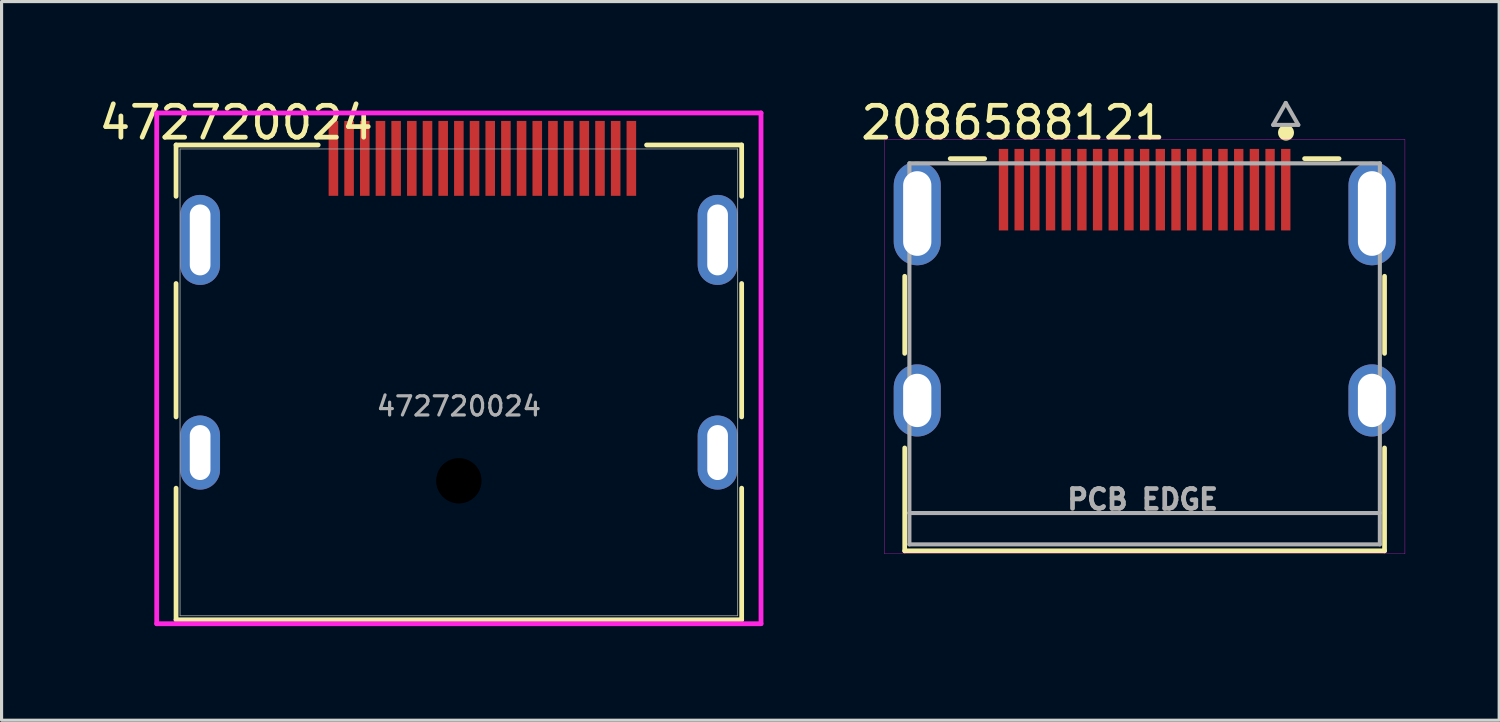
<source format=kicad_pcb>
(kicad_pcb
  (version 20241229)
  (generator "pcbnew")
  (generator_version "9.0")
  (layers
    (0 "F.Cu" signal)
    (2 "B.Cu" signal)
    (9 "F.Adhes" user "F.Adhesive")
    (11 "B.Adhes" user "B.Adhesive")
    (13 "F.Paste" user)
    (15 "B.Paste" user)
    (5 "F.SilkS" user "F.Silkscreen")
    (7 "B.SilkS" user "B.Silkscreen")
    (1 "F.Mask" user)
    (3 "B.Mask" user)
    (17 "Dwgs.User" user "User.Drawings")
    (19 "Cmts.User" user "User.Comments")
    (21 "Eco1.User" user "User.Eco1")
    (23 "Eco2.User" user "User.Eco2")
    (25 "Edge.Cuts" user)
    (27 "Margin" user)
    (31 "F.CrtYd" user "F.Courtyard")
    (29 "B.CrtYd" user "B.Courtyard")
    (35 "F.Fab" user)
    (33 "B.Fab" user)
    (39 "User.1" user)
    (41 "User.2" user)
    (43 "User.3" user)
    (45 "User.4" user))
  (footprint "2086588121"
    (layer "F.Cu")
    (at 33.447 13.308)
    (property "Reference" "2086588121" (at -4.191 -12.446 0) (layer "F.SilkS") (effects (font (size 1.016 1.016) (thickness 0.152))))
    (attr smd)
    (fp_poly (pts (xy -4.713 -11.674) (xy -4.287 -11.674) (xy -4.287 -8.947) (xy -4.713 -8.947)) (stroke (width 0.01) (type solid)) (fill yes) (layer "F.Mask"))
    (fp_poly (pts (xy -4.213 -11.674) (xy -3.788 -11.674) (xy -3.788 -8.947) (xy -4.213 -8.947)) (stroke (width 0.01) (type solid)) (fill yes) (layer "F.Mask"))
    (fp_poly (pts (xy -3.712 -11.674) (xy -3.288 -11.674) (xy -3.288 -8.947) (xy -3.712 -8.947)) (stroke (width 0.01) (type solid)) (fill yes) (layer "F.Mask"))
    (fp_poly (pts (xy -3.212 -11.674) (xy -2.788 -11.674) (xy -2.788 -8.947) (xy -3.212 -8.947)) (stroke (width 0.01) (type solid)) (fill yes) (layer "F.Mask"))
    (fp_poly (pts (xy -2.712 -11.674) (xy -2.288 -11.674) (xy -2.288 -8.947) (xy -2.712 -8.947)) (stroke (width 0.01) (type solid)) (fill yes) (layer "F.Mask"))
    (fp_poly (pts (xy -2.212 -11.674) (xy -1.788 -11.674) (xy -1.788 -8.947) (xy -2.212 -8.947)) (stroke (width 0.01) (type solid)) (fill yes) (layer "F.Mask"))
    (fp_poly (pts (xy -1.712 -11.674) (xy -1.288 -11.674) (xy -1.288 -8.947) (xy -1.712 -8.947)) (stroke (width 0.01) (type solid)) (fill yes) (layer "F.Mask"))
    (fp_poly (pts (xy -1.212 -11.674) (xy -0.787 -11.674) (xy -0.787 -8.947) (xy -1.212 -8.947)) (stroke (width 0.01) (type solid)) (fill yes) (layer "F.Mask"))
    (fp_poly (pts (xy -0.713 -11.674) (xy -0.287 -11.674) (xy -0.287 -8.947) (xy -0.713 -8.947)) (stroke (width 0.01) (type solid)) (fill yes) (layer "F.Mask"))
    (fp_poly (pts (xy -0.212 -11.674) (xy 0.212 -11.674) (xy 0.212 -8.947) (xy -0.212 -8.947)) (stroke (width 0.01) (type solid)) (fill yes) (layer "F.Mask"))
    (fp_poly (pts (xy 0.287 -11.674) (xy 0.713 -11.674) (xy 0.713 -8.947) (xy 0.287 -8.947)) (stroke (width 0.01) (type solid)) (fill yes) (layer "F.Mask"))
    (fp_poly (pts (xy 0.787 -11.674) (xy 1.212 -11.674) (xy 1.212 -8.947) (xy 0.787 -8.947)) (stroke (width 0.01) (type solid)) (fill yes) (layer "F.Mask"))
    (fp_poly (pts (xy 1.288 -11.674) (xy 1.712 -11.674) (xy 1.712 -8.947) (xy 1.288 -8.947)) (stroke (width 0.01) (type solid)) (fill yes) (layer "F.Mask"))
    (fp_poly (pts (xy 1.788 -11.674) (xy 2.212 -11.674) (xy 2.212 -8.947) (xy 1.788 -8.947)) (stroke (width 0.01) (type solid)) (fill yes) (layer "F.Mask"))
    (fp_poly (pts (xy 2.288 -11.674) (xy 2.712 -11.674) (xy 2.712 -8.947) (xy 2.288 -8.947)) (stroke (width 0.01) (type solid)) (fill yes) (layer "F.Mask"))
    (fp_poly (pts (xy 2.788 -11.674) (xy 3.212 -11.674) (xy 3.212 -8.947) (xy 2.788 -8.947)) (stroke (width 0.01) (type solid)) (fill yes) (layer "F.Mask"))
    (fp_poly (pts (xy 3.288 -11.674) (xy 3.712 -11.674) (xy 3.712 -8.947) (xy 3.288 -8.947)) (stroke (width 0.01) (type solid)) (fill yes) (layer "F.Mask"))
    (fp_poly (pts (xy 3.788 -11.674) (xy 4.213 -11.674) (xy 4.213 -8.947) (xy 3.788 -8.947)) (stroke (width 0.01) (type solid)) (fill yes) (layer "F.Mask"))
    (fp_poly (pts (xy 4.287 -11.674) (xy 4.713 -11.674) (xy 4.713 -8.947) (xy 4.287 -8.947)) (stroke (width 0.01) (type solid)) (fill yes) (layer "F.Mask"))
    (fp_line (start -7.65 -5.09) (end -7.65 -7.55) (stroke (width 0.15) (type solid)) (layer "F.SilkS"))
    (fp_line (start -7.65 -2.075) (end -7.65 1.206) (stroke (width 0.15) (type solid)) (layer "F.SilkS"))
    (fp_line (start -6.2 -11.3) (end -5.1 -11.3) (stroke (width 0.15) (type solid)) (layer "F.SilkS"))
    (fp_line (start 5.1 -11.3) (end 6.2 -11.3) (stroke (width 0.15) (type solid)) (layer "F.SilkS"))
    (fp_line (start 7.65 -7.55) (end 7.65 -5.09) (stroke (width 0.15) (type solid)) (layer "F.SilkS"))
    (fp_line (start 7.65 1.206) (end -7.65 1.206) (stroke (width 0.15) (type solid)) (layer "F.SilkS"))
    (fp_line (start 7.65 1.206) (end 7.65 -2.075) (stroke (width 0.15) (type solid)) (layer "F.SilkS"))
    (fp_circle (center 4.508 -12.129) (end 4.737 -12.129) (stroke (width 0.051) (type solid)) (fill yes) (layer "F.SilkS"))
    (fp_line (start -8.3 -11.91) (end -8.3 1.3) (stroke (width 0.01) (type solid)) (layer "F.CrtYd"))
    (fp_line (start -8.3 1.3) (end 8.3 1.3) (stroke (width 0.01) (type solid)) (layer "F.CrtYd"))
    (fp_line (start 8.3 -11.91) (end -8.3 -11.91) (stroke (width 0.01) (type solid)) (layer "F.CrtYd"))
    (fp_line (start 8.3 1.3) (end 8.3 -11.91) (stroke (width 0.01) (type solid)) (layer "F.CrtYd"))
    (fp_line (start -7.5 -11.15) (end -7.5 0) (stroke (width 0.13) (type solid)) (layer "F.Fab"))
    (fp_line (start -7.5 0) (end -7.5 1) (stroke (width 0.13) (type solid)) (layer "F.Fab"))
    (fp_line (start -7.5 0) (end 7.5 0) (stroke (width 0.13) (type solid)) (layer "F.Fab"))
    (fp_line (start -7.5 1) (end 7.5 1) (stroke (width 0.13) (type solid)) (layer "F.Fab"))
    (fp_line (start 4.1 -12.375) (end 4.9 -12.375) (stroke (width 0.13) (type solid)) (layer "F.Fab"))
    (fp_line (start 4.5 -13.075) (end 4.1 -12.375) (stroke (width 0.13) (type solid)) (layer "F.Fab"))
    (fp_line (start 4.9 -12.375) (end 4.5 -13.075) (stroke (width 0.13) (type solid)) (layer "F.Fab"))
    (fp_line (start 7.5 -11.15) (end -7.5 -11.15) (stroke (width 0.13) (type solid)) (layer "F.Fab"))
    (fp_line (start 7.5 1) (end 7.5 -11.15) (stroke (width 0.13) (type solid)) (layer "F.Fab"))
    (fp_text user "PCB EDGE" (at -0.064 -0.434 0) (layer "F.Fab") (effects (font (size 0.63 0.63) (thickness 0.15))))
    (pad "1" smd rect (at 4.5 -10.31) (size 0.298 2.6) (layers "F.Cu" "F.Paste"))
    (pad "2" smd rect (at 4 -10.31) (size 0.298 2.6) (layers "F.Cu" "F.Paste"))
    (pad "3" smd rect (at 3.5 -10.31) (size 0.298 2.6) (layers "F.Cu" "F.Paste"))
    (pad "4" smd rect (at 3 -10.31) (size 0.298 2.6) (layers "F.Cu" "F.Paste"))
    (pad "5" smd rect (at 2.5 -10.31) (size 0.298 2.6) (layers "F.Cu" "F.Paste"))
    (pad "6" smd rect (at 2 -10.31) (size 0.298 2.6) (layers "F.Cu" "F.Paste"))
    (pad "7" smd rect (at 1.5 -10.31) (size 0.298 2.6) (layers "F.Cu" "F.Paste"))
    (pad "8" smd rect (at 1 -10.31) (size 0.298 2.6) (layers "F.Cu" "F.Paste"))
    (pad "9" smd rect (at 0.5 -10.31) (size 0.298 2.6) (layers "F.Cu" "F.Paste"))
    (pad "10" smd rect (at 0 -10.31) (size 0.298 2.6) (layers "F.Cu" "F.Paste"))
    (pad "11" smd rect (at -0.5 -10.31) (size 0.298 2.6) (layers "F.Cu" "F.Paste"))
    (pad "12" smd rect (at -1 -10.31) (size 0.298 2.6) (layers "F.Cu" "F.Paste"))
    (pad "13" smd rect (at -1.5 -10.31) (size 0.298 2.6) (layers "F.Cu" "F.Paste"))
    (pad "14" smd rect (at -2 -10.31) (size 0.298 2.6) (layers "F.Cu" "F.Paste"))
    (pad "15" smd rect (at -2.5 -10.31) (size 0.298 2.6) (layers "F.Cu" "F.Paste"))
    (pad "16" smd rect (at -3 -10.31) (size 0.298 2.6) (layers "F.Cu" "F.Paste"))
    (pad "17" smd rect (at -3.5 -10.31) (size 0.298 2.6) (layers "F.Cu" "F.Paste"))
    (pad "18" smd rect (at -4 -10.31) (size 0.298 2.6) (layers "F.Cu" "F.Paste"))
    (pad "19" smd rect (at -4.5 -10.31) (size 0.298 2.6) (layers "F.Cu" "F.Paste"))
    (pad "SH" thru_hole oval (at -7.25 -9.55) (size 1.5 3.3) (drill oval 0.9 2.7) (layers "*.Cu" "*.Mask"))
    (pad "SH" thru_hole oval (at -7.25 -3.59) (size 1.5 2.3) (drill oval 0.9 1.7) (layers "*.Cu" "*.Mask"))
    (pad "SH" thru_hole oval (at 7.25 -9.55) (size 1.5 3.3) (drill oval 0.9 2.7) (layers "*.Cu" "*.Mask"))
    (pad "SH" thru_hole oval (at 7.25 -3.59) (size 1.5 2.3) (drill oval 0.9 1.7) (layers "*.Cu" "*.Mask")))
  (footprint "472720024"
    (layer "F.Cu")
    (at 11.581 9.142)
    (property "Reference" "472720024" (at -7.099 -8.28 0) (unlocked yes) (layer "F.SilkS") (effects (font (size 1.016 1.016) (thickness 0.152))))
    (attr smd)
    (fp_line (start -9.017 -7.569) (end -9.017 -5.932) (stroke (width 0.152) (type solid)) (layer "F.SilkS"))
    (fp_line (start -9.017 -3.152) (end -9.017 1.102) (stroke (width 0.152) (type solid)) (layer "F.SilkS"))
    (fp_line (start -9.017 3.374) (end -9.017 7.569) (stroke (width 0.152) (type solid)) (layer "F.SilkS"))
    (fp_line (start -9.017 7.569) (end 9.017 7.569) (stroke (width 0.152) (type solid)) (layer "F.SilkS"))
    (fp_line (start -4.485 -7.569) (end -9.017 -7.569) (stroke (width 0.152) (type solid)) (layer "F.SilkS"))
    (fp_line (start 9.017 -7.569) (end 5.985 -7.569) (stroke (width 0.152) (type solid)) (layer "F.SilkS"))
    (fp_line (start 9.017 -5.932) (end 9.017 -7.569) (stroke (width 0.152) (type solid)) (layer "F.SilkS"))
    (fp_line (start 9.017 1.102) (end 9.017 -3.152) (stroke (width 0.152) (type solid)) (layer "F.SilkS"))
    (fp_line (start 9.017 7.569) (end 9.017 3.374) (stroke (width 0.152) (type solid)) (layer "F.SilkS"))
    (fp_line (start -9.634 -8.59) (end -9.634 7.696) (stroke (width 0.152) (type solid)) (layer "F.CrtYd"))
    (fp_line (start -9.634 7.696) (end 9.634 7.696) (stroke (width 0.152) (type solid)) (layer "F.CrtYd"))
    (fp_line (start 9.634 -8.59) (end -9.634 -8.59) (stroke (width 0.152) (type solid)) (layer "F.CrtYd"))
    (fp_line (start 9.634 7.696) (end 9.634 -8.59) (stroke (width 0.152) (type solid)) (layer "F.CrtYd"))
    (fp_line (start -8.89 -7.442) (end -8.89 7.442) (stroke (width 0.025) (type solid)) (layer "F.Fab"))
    (fp_line (start -8.89 7.442) (end 8.89 7.442) (stroke (width 0.025) (type solid)) (layer "F.Fab"))
    (fp_line (start 8.89 -7.442) (end -8.89 -7.442) (stroke (width 0.025) (type solid)) (layer "F.Fab"))
    (fp_line (start 8.89 7.442) (end 8.89 -7.442) (stroke (width 0.025) (type solid)) (layer "F.Fab"))
    (fp_text user "${REFERENCE}" (at 0 0.762 0) (unlocked yes) (layer "F.Fab") (effects (font (size 0.61 0.61) (thickness 0.102) (bold yes))))
    (pad "" np_thru_hole circle (at 0 3.138) (size 1.448 1.448) (drill 1.448) (layers))
    (pad "1" smd rect (at 5.5 -7.142) (size 0.305 2.388) (layers "F.Cu" "F.Mask" "F.Paste"))
    (pad "2" smd rect (at 5 -7.142) (size 0.305 2.388) (layers "F.Cu" "F.Mask" "F.Paste"))
    (pad "3" smd rect (at 4.5 -7.142) (size 0.305 2.388) (layers "F.Cu" "F.Mask" "F.Paste"))
    (pad "4" smd rect (at 4 -7.142) (size 0.305 2.388) (layers "F.Cu" "F.Mask" "F.Paste"))
    (pad "5" smd rect (at 3.5 -7.142) (size 0.305 2.388) (layers "F.Cu" "F.Mask" "F.Paste"))
    (pad "6" smd rect (at 3 -7.142) (size 0.305 2.388) (layers "F.Cu" "F.Mask" "F.Paste"))
    (pad "7" smd rect (at 2.5 -7.142) (size 0.305 2.388) (layers "F.Cu" "F.Mask" "F.Paste"))
    (pad "8" smd rect (at 2 -7.142) (size 0.305 2.388) (layers "F.Cu" "F.Mask" "F.Paste"))
    (pad "9" smd rect (at 1.5 -7.142) (size 0.305 2.388) (layers "F.Cu" "F.Mask" "F.Paste"))
    (pad "10" smd rect (at 1 -7.142) (size 0.305 2.388) (layers "F.Cu" "F.Mask" "F.Paste"))
    (pad "11" smd rect (at 0.5 -7.142) (size 0.305 2.388) (layers "F.Cu" "F.Mask" "F.Paste"))
    (pad "12" smd rect (at 0 -7.142) (size 0.305 2.388) (layers "F.Cu" "F.Mask" "F.Paste"))
    (pad "13" smd rect (at -0.5 -7.142) (size 0.305 2.388) (layers "F.Cu" "F.Mask" "F.Paste"))
    (pad "14" smd rect (at -1 -7.142) (size 0.305 2.388) (layers "F.Cu" "F.Mask" "F.Paste"))
    (pad "15" smd rect (at -1.5 -7.142) (size 0.305 2.388) (layers "F.Cu" "F.Mask" "F.Paste"))
    (pad "16" smd rect (at -2 -7.142) (size 0.305 2.388) (layers "F.Cu" "F.Mask" "F.Paste"))
    (pad "17" smd rect (at -2.5 -7.142) (size 0.305 2.388) (layers "F.Cu" "F.Mask" "F.Paste"))
    (pad "18" smd rect (at -3 -7.142) (size 0.305 2.388) (layers "F.Cu" "F.Mask" "F.Paste"))
    (pad "19" smd rect (at -3.5 -7.142) (size 0.305 2.388) (layers "F.Cu" "F.Mask" "F.Paste"))
    (pad "20" smd rect (at -4 -7.142) (size 0.305 2.388) (layers "F.Cu" "F.Mask" "F.Paste"))
    (pad "SH" thru_hole oval (at -8.25 -4.542 90) (size 2.87 1.27) (drill oval 2.261 0.66) (layers "*.Cu" "*.Mask"))
    (pad "SH" thru_hole oval (at -8.25 2.238 90) (size 2.362 1.27) (drill oval 1.753 0.66) (layers "*.Cu" "*.Mask"))
    (pad "SH" thru_hole oval (at 8.25 -4.542 90) (size 2.87 1.27) (drill oval 2.261 0.66) (layers "*.Cu" "*.Mask"))
    (pad "SH" thru_hole oval (at 8.25 2.238 90) (size 2.362 1.27) (drill oval 1.753 0.66) (layers "*.Cu" "*.Mask")))
  (gr_rect
    (start -3 -3)
    (end 44.752 19.915)
    (stroke (width 0.1) (type default))
    (fill no)
    (layer "Edge.Cuts")))
</source>
